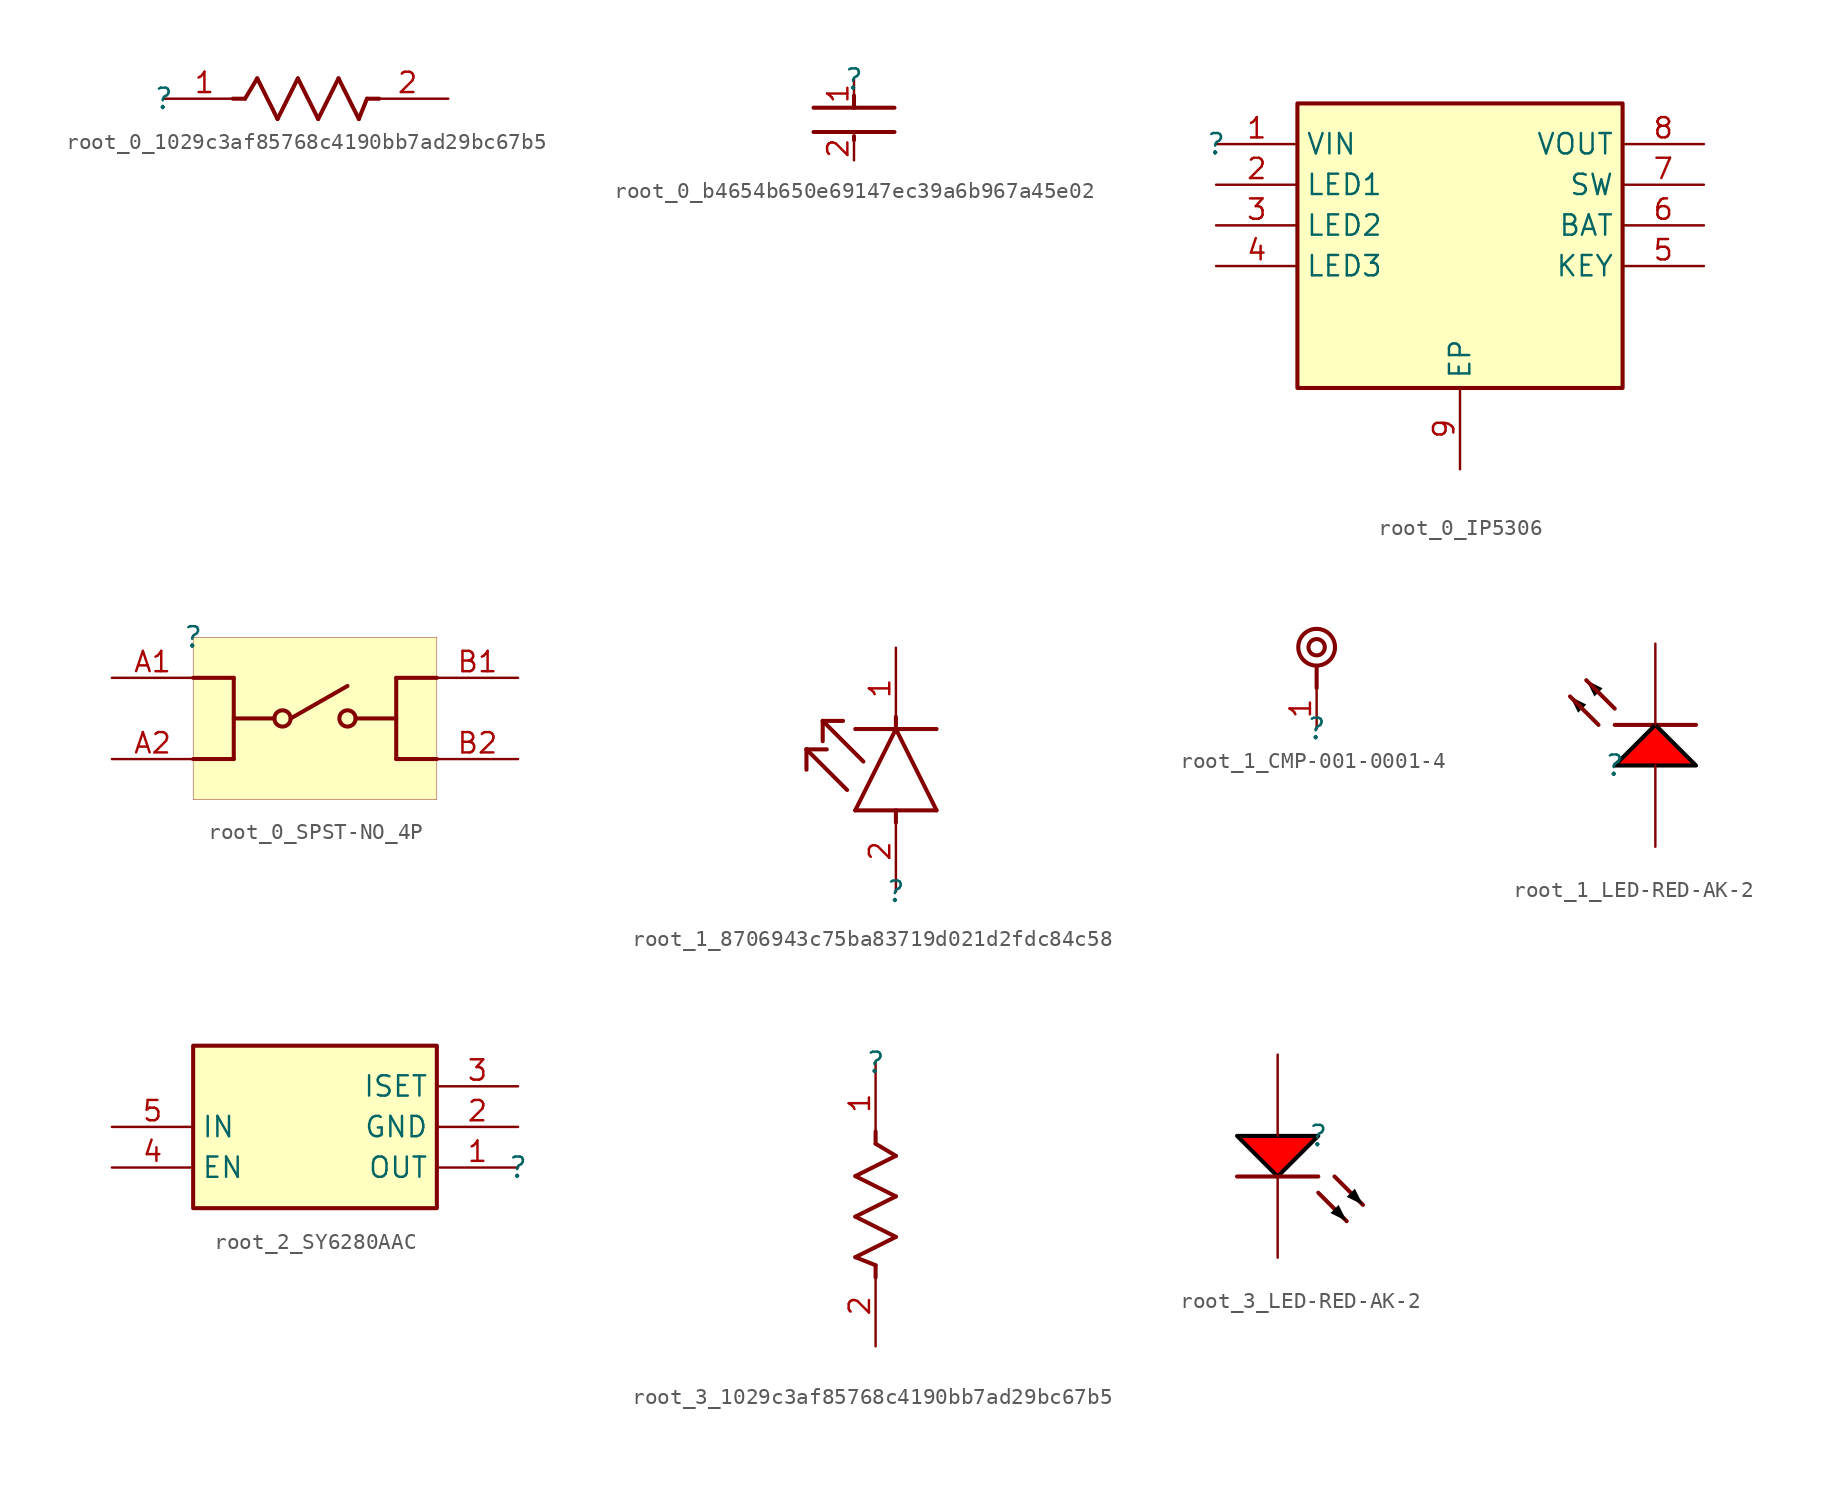
<source format=kicad_sym>
(kicad_symbol_lib
  (version 20231120)
  (generator "kicad_symbol_editor")
  (generator_version "8.0")
  (symbol "root_0_1029c3af85768c4190bb7ad29bc67b5"
    (property "Reference" ""
      (at 0 0 0)
      (effects (font (size 1.27 1.27))))
    (property "Value" ""
      (at 0 0 0)
      (effects (font (size 1.27 1.27))))
    (symbol "root_0_1029c3af85768c4190bb7ad29bc67b5_1_0"
      (polyline (pts (xy 5.08 0) (xy 4.318 0)) (stroke (width 0.254) (type solid)) (fill (type none)))
      (polyline (pts (xy 5.08 0) (xy 5.842 1.27)) (stroke (width 0.254) (type solid)) (fill (type none)))
      (polyline (pts (xy 5.842 1.27) (xy 7.112 -1.27)) (stroke (width 0.254) (type solid)) (fill (type none)))
      (polyline (pts (xy 7.112 -1.27) (xy 8.382 1.27)) (stroke (width 0.254) (type solid)) (fill (type none)))
      (polyline (pts (xy 8.382 1.27) (xy 9.652 -1.27)) (stroke (width 0.254) (type solid)) (fill (type none)))
      (polyline (pts (xy 9.652 -1.27) (xy 10.922 1.27)) (stroke (width 0.254) (type solid)) (fill (type none)))
      (polyline (pts (xy 10.922 1.27) (xy 12.192 -1.27)) (stroke (width 0.254) (type solid)) (fill (type none)))
      (polyline (pts (xy 12.192 -1.27) (xy 12.7 0)) (stroke (width 0.254) (type solid)) (fill (type none)))
      (polyline (pts (xy 12.7 0) (xy 13.462 0)) (stroke (width 0.254) (type solid)) (fill (type none)))
      (pin passive line (at 0 0 0) (length 5.08) (name "1" (effects (font (size 0 0)))) (number "1" (effects (font (size 1.27 1.27)))))
      (pin passive line (at 17.78 0 180) (length 5.08) (name "2" (effects (font (size 0 0)))) (number "2" (effects (font (size 1.27 1.27)))))))
  (symbol "root_0_b4654b650e69147ec39a6b967a45e02"
    (property "Reference" ""
      (at 0 0 0)
      (effects (font (size 1.27 1.27))))
    (property "Value" ""
      (at 0 0 0)
      (effects (font (size 1.27 1.27))))
    (symbol "root_0_b4654b650e69147ec39a6b967a45e02_1_0"
      (polyline (pts (xy 0 -3.556) (xy 0 -3.81)) (stroke (width 0.254) (type solid)) (fill (type none)))
      (polyline (pts (xy 0 -1.778) (xy 0 -1.016)) (stroke (width 0.254) (type solid)) (fill (type none)))
      (polyline (pts (xy 2.54 -3.302) (xy -2.54 -3.302)) (stroke (width 0.254) (type solid)) (fill (type none)))
      (polyline (pts (xy 2.54 -1.778) (xy -2.54 -1.778)) (stroke (width 0.254) (type solid)) (fill (type none)))
      (pin passive line (at 0 0 270) (length 1.778) (name "1" (effects (font (size 0 0)))) (number "1" (effects (font (size 1.27 1.27)))))
      (pin passive line (at 0 -5.08 90) (length 1.524) (name "2" (effects (font (size 0 0)))) (number "2" (effects (font (size 1.27 1.27)))))))
  (symbol "root_0_IP5306"
    (property "Reference" ""
      (at 0 0 0)
      (effects (font (size 1.27 1.27))))
    (property "Value" ""
      (at 0 0 0)
      (effects (font (size 1.27 1.27))))
    (symbol "root_0_IP5306_1_0"
      (rectangle (start 25.4 2.54) (end 5.08 -15.24) (stroke (width 0.254) (type solid) (color 128 0 0 1)) (fill (type background)))
      (pin passive line (at 0 0 0) (length 5.08) (name "VIN" (effects (font (size 1.27 1.27)))) (number "1" (effects (font (size 1.27 1.27)))))
      (pin passive line (at 0 -2.54 0) (length 5.08) (name "LED1" (effects (font (size 1.27 1.27)))) (number "2" (effects (font (size 1.27 1.27)))))
      (pin passive line (at 0 -5.08 0) (length 5.08) (name "LED2" (effects (font (size 1.27 1.27)))) (number "3" (effects (font (size 1.27 1.27)))))
      (pin passive line (at 0 -7.62 0) (length 5.08) (name "LED3" (effects (font (size 1.27 1.27)))) (number "4" (effects (font (size 1.27 1.27)))))
      (pin passive line (at 30.48 -7.62 180) (length 5.08) (name "KEY" (effects (font (size 1.27 1.27)))) (number "5" (effects (font (size 1.27 1.27)))))
      (pin passive line (at 30.48 -5.08 180) (length 5.08) (name "BAT" (effects (font (size 1.27 1.27)))) (number "6" (effects (font (size 1.27 1.27)))))
      (pin passive line (at 30.48 -2.54 180) (length 5.08) (name "SW" (effects (font (size 1.27 1.27)))) (number "7" (effects (font (size 1.27 1.27)))))
      (pin passive line (at 30.48 0 180) (length 5.08) (name "VOUT" (effects (font (size 1.27 1.27)))) (number "8" (effects (font (size 1.27 1.27)))))
      (pin passive line (at 15.24 -20.32 90) (length 5.08) (name "EP" (effects (font (size 1.27 1.27)))) (number "9" (effects (font (size 1.27 1.27)))))))
  (symbol "root_0_SPST-NO_4P"
    (property "Reference" ""
      (at 0 0 0)
      (effects (font (size 1.27 1.27))))
    (property "Value" ""
      (at 0 0 0)
      (effects (font (size 1.27 1.27))))
    (symbol "root_0_SPST-NO_4P_1_0"
      (polyline (pts (xy 2.54 -7.62) (xy 0 -7.62)) (stroke (width 0.254) (type solid)) (fill (type none)))
      (polyline (pts (xy 2.54 -7.62) (xy 2.54 -2.54)) (stroke (width 0.254) (type solid)) (fill (type none)))
      (polyline (pts (xy 2.54 -2.54) (xy 0 -2.54)) (stroke (width 0.254) (type solid)) (fill (type none)))
      (polyline (pts (xy 5.08 -5.08) (xy 2.54 -5.08)) (stroke (width 0.254) (type solid)) (fill (type none)))
      (polyline (pts (xy 6.096 -5.08) (xy 9.652 -3.048)) (stroke (width 0.254) (type solid)) (fill (type none)))
      (polyline (pts (xy 12.7 -7.62) (xy 15.24 -7.62)) (stroke (width 0.254) (type solid)) (fill (type none)))
      (polyline (pts (xy 12.7 -5.08) (xy 10.16 -5.08)) (stroke (width 0.254) (type solid)) (fill (type none)))
      (polyline (pts (xy 12.7 -2.54) (xy 12.7 -7.62)) (stroke (width 0.254) (type solid)) (fill (type none)))
      (polyline (pts (xy 12.7 -2.54) (xy 15.24 -2.54)) (stroke (width 0.254) (type solid)) (fill (type none)))
      (circle (center 5.588 -5.08) (radius 0.508) (stroke (width 0.254) (type solid)) (fill (type none)))
      (circle (center 9.652 -5.08) (radius 0.508) (stroke (width 0.254) (type solid)) (fill (type none)))
      (rectangle (start 15.24 0) (end 0 -10.16) (stroke (width 0.025) (type solid) (color 128 0 0 1)) (fill (type background)))
      (pin passive line (at -5.08 -2.54 0) (length 5.08) (name "A1" (effects (font (size 0 0)))) (number "A1" (effects (font (size 1.27 1.27)))))
      (pin passive line (at -5.08 -7.62 0) (length 5.08) (name "A2" (effects (font (size 0 0)))) (number "A2" (effects (font (size 1.27 1.27)))))
      (pin passive line (at 20.32 -2.54 180) (length 5.08) (name "B1" (effects (font (size 0 0)))) (number "B1" (effects (font (size 1.27 1.27)))))
      (pin passive line (at 20.32 -7.62 180) (length 5.08) (name "B2" (effects (font (size 0 0)))) (number "B2" (effects (font (size 1.27 1.27)))))))
  (symbol "root_1_8706943c75ba83719d021d2fdc84c58"
    (property "Reference" ""
      (at 0 0 0)
      (effects (font (size 1.27 1.27))))
    (property "Value" ""
      (at 0 0 0)
      (effects (font (size 1.27 1.27))))
    (symbol "root_1_8706943c75ba83719d021d2fdc84c58_1_0"
      (polyline (pts (xy -5.588 8.89) (xy -5.588 7.62)) (stroke (width 0.254) (type solid)) (fill (type none)))
      (polyline (pts (xy -5.588 8.89) (xy -4.318 8.89)) (stroke (width 0.254) (type solid)) (fill (type none)))
      (polyline (pts (xy -4.572 10.668) (xy -4.572 9.398)) (stroke (width 0.254) (type solid)) (fill (type none)))
      (polyline (pts (xy -4.572 10.668) (xy -3.302 10.668)) (stroke (width 0.254) (type solid)) (fill (type none)))
      (polyline (pts (xy -3.048 6.35) (xy -5.588 8.89)) (stroke (width 0.254) (type solid)) (fill (type none)))
      (polyline (pts (xy -2.54 5.08) (xy 0 10.16)) (stroke (width 0.254) (type solid)) (fill (type none)))
      (polyline (pts (xy -2.54 5.08) (xy 2.54 5.08)) (stroke (width 0.254) (type solid)) (fill (type none)))
      (polyline (pts (xy -2.54 10.16) (xy 2.54 10.16)) (stroke (width 0.254) (type solid)) (fill (type none)))
      (polyline (pts (xy -2.032 8.128) (xy -4.572 10.668)) (stroke (width 0.254) (type solid)) (fill (type none)))
      (polyline (pts (xy 0 5.08) (xy 0 4.318)) (stroke (width 0.254) (type solid)) (fill (type none)))
      (polyline (pts (xy 0 10.16) (xy 0 10.922)) (stroke (width 0.254) (type solid)) (fill (type none)))
      (polyline (pts (xy 2.54 5.08) (xy 0 10.16)) (stroke (width 0.254) (type solid)) (fill (type none)))
      (pin passive line (at 0 15.24 270) (length 5.08) (name "C" (effects (font (size 0 0)))) (number "1" (effects (font (size 1.27 1.27)))))
      (pin passive line (at 0 0 90) (length 5.08) (name "A" (effects (font (size 0 0)))) (number "2" (effects (font (size 1.27 1.27)))))))
  (symbol "root_1_CMP-001-0001-4"
    (property "Reference" ""
      (at 0 0 0)
      (effects (font (size 1.27 1.27))))
    (property "Value" ""
      (at 0 0 0)
      (effects (font (size 1.27 1.27))))
    (symbol "root_1_CMP-001-0001-4_1_0"
      (polyline (pts (xy 0 3.81) (xy 0 2.54)) (stroke (width 0.254) (type solid)) (fill (type none)))
      (circle (center 0 5.08) (radius 0.508) (stroke (width 0.254) (type solid)) (fill (type none)))
      (circle (center 0 5.08) (radius 1.143) (stroke (width 0.254) (type solid)) (fill (type none)))
      (pin passive line (at 0 0 90) (length 2.54) (name "TP" (effects (font (size 0 0)))) (number "1" (effects (font (size 1.27 1.27)))))))
  (symbol "root_1_LED-RED-AK-2"
    (property "Reference" ""
      (at 0 0 0)
      (effects (font (size 1.27 1.27))))
    (property "Value" ""
      (at 0 0 0)
      (effects (font (size 1.27 1.27))))
    (symbol "root_1_LED-RED-AK-2_1_0"
      (polyline (pts (xy -1.016 2.54) (xy -2.794 4.318)) (stroke (width 0.254) (type solid)) (fill (type none)))
      (polyline (pts (xy 0 2.54) (xy 5.08 2.54)) (stroke (width 0.254) (type solid)) (fill (type none)))
      (polyline (pts (xy 0 3.556) (xy -1.778 5.334)) (stroke (width 0.254) (type solid)) (fill (type none)))
      (polyline (pts (xy -2.794 4.318) (xy -2.286 3.302) (xy -1.778 3.81) (xy -2.794 4.318)) (stroke (width -0.0001) (type solid) (color 0 0 0 1)) (fill (type outline)))
      (polyline (pts (xy -1.778 5.334) (xy -1.27 4.318) (xy -0.762 4.826) (xy -1.778 5.334)) (stroke (width -0.0001) (type solid) (color 0 0 0 1)) (fill (type outline)))
      (polyline (pts (xy 5.08 0) (xy 2.54 2.54) (xy 0 0) (xy 5.08 0)) (stroke (width 0.254) (type solid) (color 0 0 0 1)) (fill (type color) (color 255 0 0 1)))
      (pin passive line (at 2.54 -5.08 90) (length 5.08) (name "A" (effects (font (size 0 0)))) (number "1" (effects (font (size 0 0)))))
      (pin passive line (at 2.54 7.62 270) (length 5.08) (name "K" (effects (font (size 0 0)))) (number "2" (effects (font (size 0 0)))))))
  (symbol "root_2_SY6280AAC"
    (property "Reference" ""
      (at 0 0 0)
      (effects (font (size 1.27 1.27))))
    (property "Value" ""
      (at 0 0 0)
      (effects (font (size 1.27 1.27))))
    (symbol "root_2_SY6280AAC_1_0"
      (rectangle (start -5.08 7.62) (end -20.32 -2.54) (stroke (width 0.254) (type solid) (color 128 0 0 1)) (fill (type background)))
      (pin output line (at 0 0 180) (length 5.08) (name "OUT" (effects (font (size 1.27 1.27)))) (number "1" (effects (font (size 1.27 1.27)))))
      (pin power_in line (at 0 2.54 180) (length 5.08) (name "GND" (effects (font (size 1.27 1.27)))) (number "2" (effects (font (size 1.27 1.27)))))
      (pin input line (at 0 5.08 180) (length 5.08) (name "ISET" (effects (font (size 1.27 1.27)))) (number "3" (effects (font (size 1.27 1.27)))))
      (pin input line (at -25.4 0 0) (length 5.08) (name "EN" (effects (font (size 1.27 1.27)))) (number "4" (effects (font (size 1.27 1.27)))))
      (pin input line (at -25.4 2.54 0) (length 5.08) (name "IN" (effects (font (size 1.27 1.27)))) (number "5" (effects (font (size 1.27 1.27)))))))
  (symbol "root_3_1029c3af85768c4190bb7ad29bc67b5"
    (property "Reference" ""
      (at 0 0 0)
      (effects (font (size 1.27 1.27))))
    (property "Value" ""
      (at 0 0 0)
      (effects (font (size 1.27 1.27))))
    (symbol "root_3_1029c3af85768c4190bb7ad29bc67b5_1_0"
      (polyline (pts (xy -1.27 -12.192) (xy 0 -12.7)) (stroke (width 0.254) (type solid)) (fill (type none)))
      (polyline (pts (xy -1.27 -9.652) (xy 1.27 -10.922)) (stroke (width 0.254) (type solid)) (fill (type none)))
      (polyline (pts (xy -1.27 -7.112) (xy 1.27 -8.382)) (stroke (width 0.254) (type solid)) (fill (type none)))
      (polyline (pts (xy 0 -12.7) (xy 0 -13.462)) (stroke (width 0.254) (type solid)) (fill (type none)))
      (polyline (pts (xy 0 -5.08) (xy 0 -4.318)) (stroke (width 0.254) (type solid)) (fill (type none)))
      (polyline (pts (xy 0 -5.08) (xy 1.27 -5.842)) (stroke (width 0.254) (type solid)) (fill (type none)))
      (polyline (pts (xy 1.27 -10.922) (xy -1.27 -12.192)) (stroke (width 0.254) (type solid)) (fill (type none)))
      (polyline (pts (xy 1.27 -8.382) (xy -1.27 -9.652)) (stroke (width 0.254) (type solid)) (fill (type none)))
      (polyline (pts (xy 1.27 -5.842) (xy -1.27 -7.112)) (stroke (width 0.254) (type solid)) (fill (type none)))
      (pin passive line (at 0 0 270) (length 5.08) (name "1" (effects (font (size 0 0)))) (number "1" (effects (font (size 1.27 1.27)))))
      (pin passive line (at 0 -17.78 90) (length 5.08) (name "2" (effects (font (size 0 0)))) (number "2" (effects (font (size 1.27 1.27)))))))
  (symbol "root_3_LED-RED-AK-2"
    (property "Reference" ""
      (at 0 0 0)
      (effects (font (size 1.27 1.27))))
    (property "Value" ""
      (at 0 0 0)
      (effects (font (size 1.27 1.27))))
    (symbol "root_3_LED-RED-AK-2_1_0"
      (polyline (pts (xy 0 -3.556) (xy 1.778 -5.334)) (stroke (width 0.254) (type solid)) (fill (type none)))
      (polyline (pts (xy 0 -2.54) (xy -5.08 -2.54)) (stroke (width 0.254) (type solid)) (fill (type none)))
      (polyline (pts (xy 1.016 -2.54) (xy 2.794 -4.318)) (stroke (width 0.254) (type solid)) (fill (type none)))
      (polyline (pts (xy -5.08 0) (xy -2.54 -2.54) (xy 0 0) (xy -5.08 0)) (stroke (width 0.254) (type solid) (color 0 0 0 1)) (fill (type color) (color 255 0 0 1)))
      (polyline (pts (xy 1.778 -5.334) (xy 1.27 -4.318) (xy 0.762 -4.826) (xy 1.778 -5.334)) (stroke (width -0.0001) (type solid) (color 0 0 0 1)) (fill (type outline)))
      (polyline (pts (xy 2.794 -4.318) (xy 2.286 -3.302) (xy 1.778 -3.81) (xy 2.794 -4.318)) (stroke (width -0.0001) (type solid) (color 0 0 0 1)) (fill (type outline)))
      (pin passive line (at -2.54 5.08 270) (length 5.08) (name "A" (effects (font (size 0 0)))) (number "1" (effects (font (size 0 0)))))
      (pin passive line (at -2.54 -7.62 90) (length 5.08) (name "K" (effects (font (size 0 0)))) (number "2" (effects (font (size 0 0))))))))
</source>
